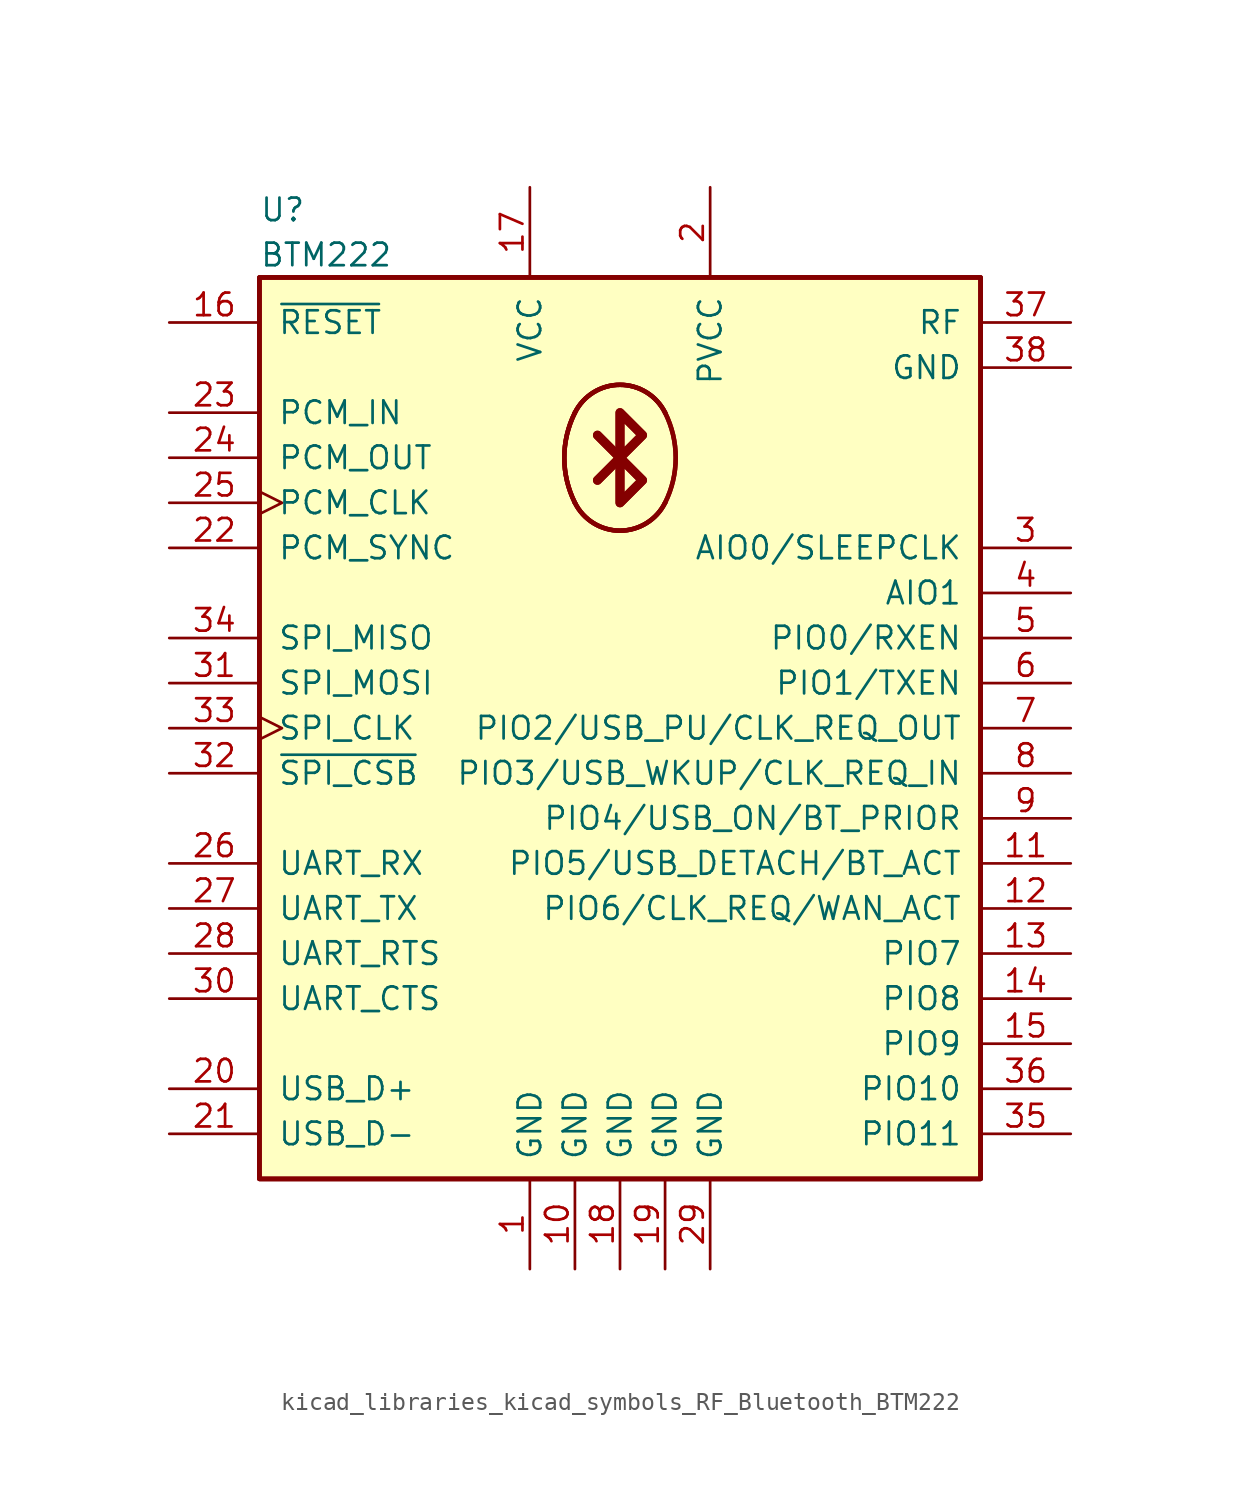
<source format=kicad_sym>
(kicad_symbol_lib
  (version 20220914)
  (generator kicad_symbol_editor)
  (symbol "kicad_libraries_kicad_symbols_RF_Bluetooth_BTM222"
    (pin_names
      (offset 1.016))
    (property "Reference" "U"
      (at -20.32 29.21 0)
      (effects (font (size 1.27 1.27)) (justify left)))
    (property "Value" "BTM222"
      (at -20.32 26.67 0)
      (effects (font (size 1.27 1.27)) (justify left)))
    (symbol "kicad_libraries_kicad_symbols_RF_Bluetooth_BTM222_0_1"
      (rectangle (start -20.32 25.4) (end 20.32 -25.4) (stroke (width 0.254) (type default)) (fill (type background)))
      (rectangle (start -20.32 25.4) (end 20.32 -25.4) (stroke (width 0.254) (type default)) (fill (type background)))
      (rectangle (start -20.32 25.4) (end 20.32 -25.4) (stroke (width 0.254) (type default)) (fill (type background)))
      (arc (start -2.54 12.7) (mid 0 11.1302) (end 2.54 12.7) (stroke (width 0.254) (type default)) (fill (type background)))
      (arc (start -2.54 12.7) (mid 0 11.1302) (end 2.54 12.7) (stroke (width 0.254) (type default)) (fill (type background)))
      (arc (start -2.54 12.7) (mid 0 11.1302) (end 2.54 12.7) (stroke (width 0.254) (type default)) (fill (type background)))
      (arc (start -2.54 17.78) (mid -3.1396 15.24) (end -2.54 12.7) (stroke (width 0.254) (type default)) (fill (type background)))
      (arc (start -2.54 17.78) (mid -3.1396 15.24) (end -2.54 12.7) (stroke (width 0.254) (type default)) (fill (type background)))
      (arc (start -2.54 17.78) (mid -3.1396 15.24) (end -2.54 12.7) (stroke (width 0.254) (type default)) (fill (type background)))
      (polyline (pts (xy 0 15.24) (xy -1.27 13.97)) (stroke (width 0.508) (type default)) (fill (type none)))
      (polyline (pts (xy 0 15.24) (xy -1.27 13.97)) (stroke (width 0.508) (type default)) (fill (type none)))
      (polyline (pts (xy 0 15.24) (xy -1.27 16.51)) (stroke (width 0.508) (type default)) (fill (type none)))
      (polyline (pts (xy 0 15.24) (xy -1.27 16.51)) (stroke (width 0.508) (type default)) (fill (type none)))
      (polyline (pts (xy 0 17.78) (xy 1.27 16.51) (xy 0 15.24) (xy 1.27 13.97) (xy 0 12.7) (xy 0 17.78)) (stroke (width 0.508) (type default)) (fill (type none)))
      (polyline (pts (xy 0 17.78) (xy 1.27 16.51) (xy 0 15.24) (xy 1.27 13.97) (xy 0 12.7) (xy 0 17.78)) (stroke (width 0.508) (type default)) (fill (type none)))
      (arc (start 2.54 12.7) (mid 3.1396 15.24) (end 2.54 17.78) (stroke (width 0.254) (type default)) (fill (type background)))
      (arc (start 2.54 12.7) (mid 3.1396 15.24) (end 2.54 17.78) (stroke (width 0.254) (type default)) (fill (type background)))
      (arc (start 2.54 17.78) (mid 0 19.3498) (end -2.54 17.78) (stroke (width 0.254) (type default)) (fill (type background)))
      (arc (start 2.54 17.78) (mid 0 19.3498) (end -2.54 17.78) (stroke (width 0.254) (type default)) (fill (type background)))
      (arc (start 2.54 17.78) (mid 0 19.3498) (end -2.54 17.78) (stroke (width 0.254) (type default)) (fill (type background))))
    (symbol "kicad_libraries_kicad_symbols_RF_Bluetooth_BTM222_1_1"
      (pin power_in line (at -5.08 -30.48 90) (length 5.08) (name "GND" (effects (font (size 1.27 1.27)))) (number "1" (effects (font (size 1.27 1.27)))))
      (pin power_in line (at -2.54 -30.48 90) (length 5.08) (name "GND" (effects (font (size 1.27 1.27)))) (number "10" (effects (font (size 1.27 1.27)))))
      (pin bidirectional line (at 25.4 -7.62 180) (length 5.08) (name "PIO5/USB_DETACH/BT_ACT" (effects (font (size 1.27 1.27)))) (number "11" (effects (font (size 1.27 1.27)))))
      (pin bidirectional line (at 25.4 -10.16 180) (length 5.08) (name "PIO6/CLK_REQ/WAN_ACT" (effects (font (size 1.27 1.27)))) (number "12" (effects (font (size 1.27 1.27)))))
      (pin bidirectional line (at 25.4 -12.7 180) (length 5.08) (name "PIO7" (effects (font (size 1.27 1.27)))) (number "13" (effects (font (size 1.27 1.27)))))
      (pin bidirectional line (at 25.4 -15.24 180) (length 5.08) (name "PIO8" (effects (font (size 1.27 1.27)))) (number "14" (effects (font (size 1.27 1.27)))))
      (pin bidirectional line (at 25.4 -17.78 180) (length 5.08) (name "PIO9" (effects (font (size 1.27 1.27)))) (number "15" (effects (font (size 1.27 1.27)))))
      (pin input line (at -25.4 22.86 0) (length 5.08) (name "~{RESET}" (effects (font (size 1.27 1.27)))) (number "16" (effects (font (size 1.27 1.27)))))
      (pin power_in line (at -5.08 30.48 270) (length 5.08) (name "VCC" (effects (font (size 1.27 1.27)))) (number "17" (effects (font (size 1.27 1.27)))))
      (pin power_in line (at 0 -30.48 90) (length 5.08) (name "GND" (effects (font (size 1.27 1.27)))) (number "18" (effects (font (size 1.27 1.27)))))
      (pin power_in line (at 2.54 -30.48 90) (length 5.08) (name "GND" (effects (font (size 1.27 1.27)))) (number "19" (effects (font (size 1.27 1.27)))))
      (pin power_in line (at 5.08 30.48 270) (length 5.08) (name "PVCC" (effects (font (size 1.27 1.27)))) (number "2" (effects (font (size 1.27 1.27)))))
      (pin bidirectional line (at -25.4 -20.32 0) (length 5.08) (name "USB_D+" (effects (font (size 1.27 1.27)))) (number "20" (effects (font (size 1.27 1.27)))))
      (pin bidirectional line (at -25.4 -22.86 0) (length 5.08) (name "USB_D-" (effects (font (size 1.27 1.27)))) (number "21" (effects (font (size 1.27 1.27)))))
      (pin bidirectional line (at -25.4 10.16 0) (length 5.08) (name "PCM_SYNC" (effects (font (size 1.27 1.27)))) (number "22" (effects (font (size 1.27 1.27)))))
      (pin input line (at -25.4 17.78 0) (length 5.08) (name "PCM_IN" (effects (font (size 1.27 1.27)))) (number "23" (effects (font (size 1.27 1.27)))))
      (pin output line (at -25.4 15.24 0) (length 5.08) (name "PCM_OUT" (effects (font (size 1.27 1.27)))) (number "24" (effects (font (size 1.27 1.27)))))
      (pin bidirectional clock (at -25.4 12.7 0) (length 5.08) (name "PCM_CLK" (effects (font (size 1.27 1.27)))) (number "25" (effects (font (size 1.27 1.27)))))
      (pin input line (at -25.4 -7.62 0) (length 5.08) (name "UART_RX" (effects (font (size 1.27 1.27)))) (number "26" (effects (font (size 1.27 1.27)))))
      (pin output line (at -25.4 -10.16 0) (length 5.08) (name "UART_TX" (effects (font (size 1.27 1.27)))) (number "27" (effects (font (size 1.27 1.27)))))
      (pin output line (at -25.4 -12.7 0) (length 5.08) (name "UART_RTS" (effects (font (size 1.27 1.27)))) (number "28" (effects (font (size 1.27 1.27)))))
      (pin power_in line (at 5.08 -30.48 90) (length 5.08) (name "GND" (effects (font (size 1.27 1.27)))) (number "29" (effects (font (size 1.27 1.27)))))
      (pin bidirectional line (at 25.4 10.16 180) (length 5.08) (name "AIO0/SLEEPCLK" (effects (font (size 1.27 1.27)))) (number "3" (effects (font (size 1.27 1.27)))))
      (pin input line (at -25.4 -15.24 0) (length 5.08) (name "UART_CTS" (effects (font (size 1.27 1.27)))) (number "30" (effects (font (size 1.27 1.27)))))
      (pin input line (at -25.4 2.54 0) (length 5.08) (name "SPI_MOSI" (effects (font (size 1.27 1.27)))) (number "31" (effects (font (size 1.27 1.27)))))
      (pin input line (at -25.4 -2.54 0) (length 5.08) (name "~{SPI_CSB}" (effects (font (size 1.27 1.27)))) (number "32" (effects (font (size 1.27 1.27)))))
      (pin input clock (at -25.4 0 0) (length 5.08) (name "SPI_CLK" (effects (font (size 1.27 1.27)))) (number "33" (effects (font (size 1.27 1.27)))))
      (pin output line (at -25.4 5.08 0) (length 5.08) (name "SPI_MISO" (effects (font (size 1.27 1.27)))) (number "34" (effects (font (size 1.27 1.27)))))
      (pin bidirectional line (at 25.4 -22.86 180) (length 5.08) (name "PIO11" (effects (font (size 1.27 1.27)))) (number "35" (effects (font (size 1.27 1.27)))))
      (pin bidirectional line (at 25.4 -20.32 180) (length 5.08) (name "PIO10" (effects (font (size 1.27 1.27)))) (number "36" (effects (font (size 1.27 1.27)))))
      (pin passive line (at 25.4 22.86 180) (length 5.08) (name "RF" (effects (font (size 1.27 1.27)))) (number "37" (effects (font (size 1.27 1.27)))))
      (pin power_in line (at 25.4 20.32 180) (length 5.08) (name "GND" (effects (font (size 1.27 1.27)))) (number "38" (effects (font (size 1.27 1.27)))))
      (pin bidirectional line (at 25.4 7.62 180) (length 5.08) (name "AIO1" (effects (font (size 1.27 1.27)))) (number "4" (effects (font (size 1.27 1.27)))))
      (pin bidirectional line (at 25.4 5.08 180) (length 5.08) (name "PIO0/RXEN" (effects (font (size 1.27 1.27)))) (number "5" (effects (font (size 1.27 1.27)))))
      (pin bidirectional line (at 25.4 2.54 180) (length 5.08) (name "PIO1/TXEN" (effects (font (size 1.27 1.27)))) (number "6" (effects (font (size 1.27 1.27)))))
      (pin bidirectional line (at 25.4 0 180) (length 5.08) (name "PIO2/USB_PU/CLK_REQ_OUT" (effects (font (size 1.27 1.27)))) (number "7" (effects (font (size 1.27 1.27)))))
      (pin bidirectional line (at 25.4 -2.54 180) (length 5.08) (name "PIO3/USB_WKUP/CLK_REQ_IN" (effects (font (size 1.27 1.27)))) (number "8" (effects (font (size 1.27 1.27)))))
      (pin bidirectional line (at 25.4 -5.08 180) (length 5.08) (name "PIO4/USB_ON/BT_PRIOR" (effects (font (size 1.27 1.27)))) (number "9" (effects (font (size 1.27 1.27))))))))
</source>
